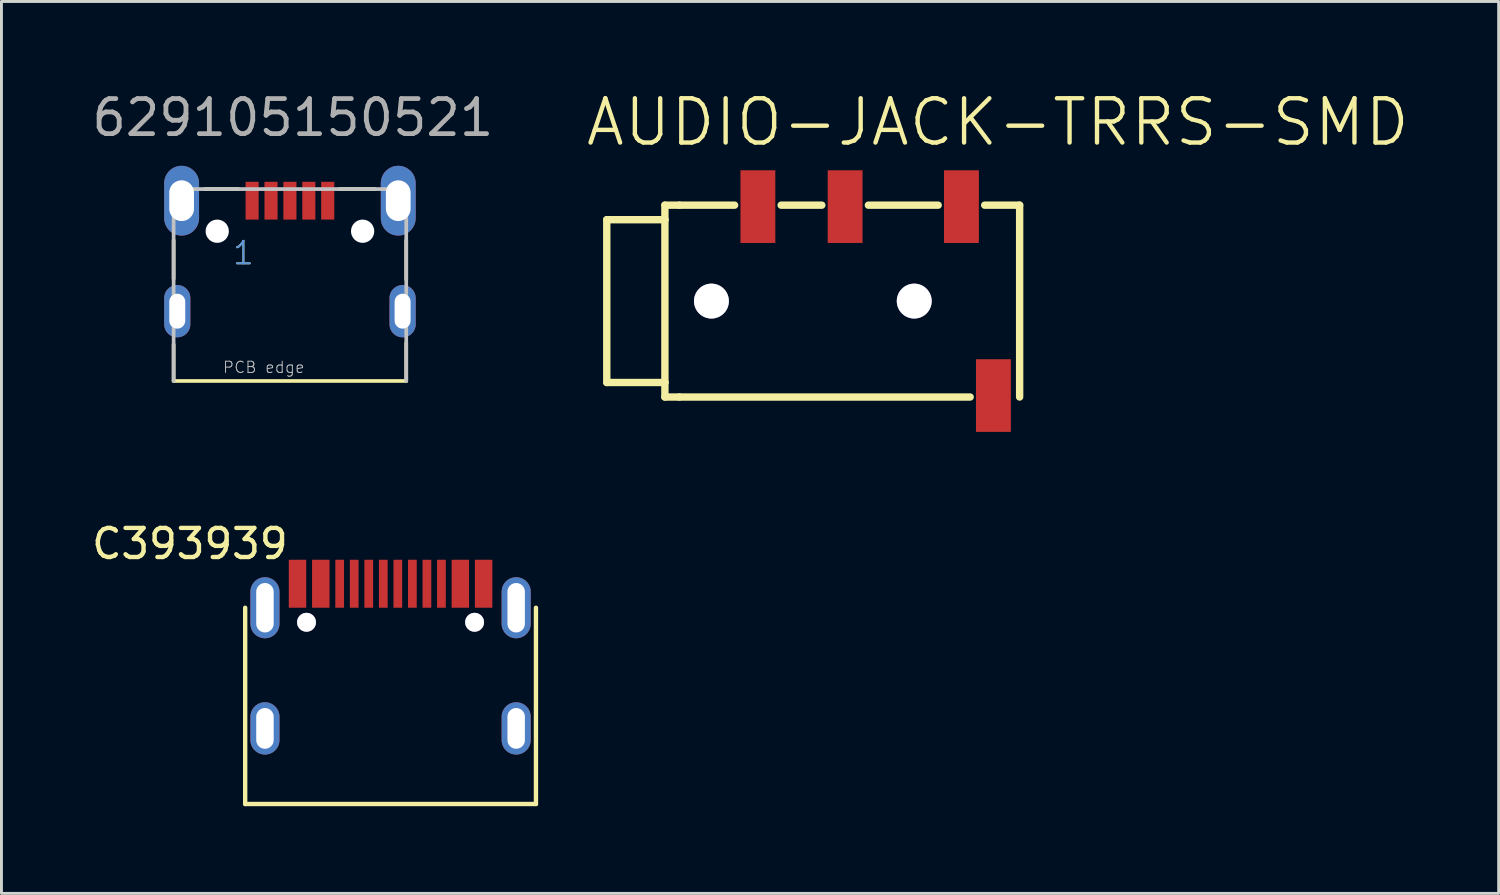
<source format=kicad_pcb>
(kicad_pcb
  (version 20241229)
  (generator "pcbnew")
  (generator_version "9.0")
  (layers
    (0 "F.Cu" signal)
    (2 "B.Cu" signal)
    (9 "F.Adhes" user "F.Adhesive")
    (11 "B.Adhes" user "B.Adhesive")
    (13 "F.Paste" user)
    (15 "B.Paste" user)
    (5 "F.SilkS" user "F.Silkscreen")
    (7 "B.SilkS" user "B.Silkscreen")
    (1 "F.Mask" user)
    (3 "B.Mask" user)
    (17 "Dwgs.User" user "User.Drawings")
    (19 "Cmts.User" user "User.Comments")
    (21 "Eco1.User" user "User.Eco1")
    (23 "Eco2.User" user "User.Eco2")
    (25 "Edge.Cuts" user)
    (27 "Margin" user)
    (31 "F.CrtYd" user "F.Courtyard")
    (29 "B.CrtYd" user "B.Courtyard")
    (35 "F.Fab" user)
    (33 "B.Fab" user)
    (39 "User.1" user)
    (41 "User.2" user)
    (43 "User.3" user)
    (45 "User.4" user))
  (footprint "AUDIO-JACK-TRRS-SMD"
    (layer "F.Cu")
    (at 19.817 7.305)
    (property "Reference" "AUDIO-JACK-TRRS-SMD" (at 11.45 -6.15 0) (layer "F.SilkS") (effects (font (size 1.524 1.524) (thickness 0.15))))
    (attr smd)
    (fp_line (start -1.999 -2.799) (end -1.999 2.799) (stroke (width 0.254) (type solid)) (layer "F.SilkS"))
    (fp_line (start -1.999 2.799) (end 0 2.799) (stroke (width 0.254) (type solid)) (layer "F.SilkS"))
    (fp_line (start 0 -3.299) (end 0 -2.799) (stroke (width 0.254) (type solid)) (layer "F.SilkS"))
    (fp_line (start 0 -2.799) (end -1.999 -2.799) (stroke (width 0.254) (type solid)) (layer "F.SilkS"))
    (fp_line (start 0 -2.799) (end 0 2.799) (stroke (width 0.254) (type solid)) (layer "F.SilkS"))
    (fp_line (start 0 2.799) (end 0 3.299) (stroke (width 0.254) (type solid)) (layer "F.SilkS"))
    (fp_line (start 0 3.299) (end 0.498 3.299) (stroke (width 0.254) (type solid)) (layer "F.SilkS"))
    (fp_line (start 0.498 -3.299) (end 0 -3.299) (stroke (width 0.254) (type solid)) (layer "F.SilkS"))
    (fp_line (start 0.498 -3.299) (end 2.398 -3.299) (stroke (width 0.254) (type solid)) (layer "F.SilkS"))
    (fp_line (start 0.498 3.299) (end 10.498 3.299) (stroke (width 0.254) (type solid)) (layer "F.SilkS"))
    (fp_line (start 3.998 -3.299) (end 5.397 -3.299) (stroke (width 0.254) (type solid)) (layer "F.SilkS"))
    (fp_line (start 6.998 -3.299) (end 9.398 -3.299) (stroke (width 0.254) (type solid)) (layer "F.SilkS"))
    (fp_line (start 12.2 -3.299) (end 10.998 -3.299) (stroke (width 0.254) (type solid)) (layer "F.SilkS"))
    (fp_line (start 12.2 -3.299) (end 12.2 3.299) (stroke (width 0.254) (type solid)) (layer "F.SilkS"))
    (pad "1" thru_hole circle (at 8.575 0) (size 1.2 1.2) (drill 1.2) (layers "*.Cu" "*.Mask"))
    (pad "3" thru_hole circle (at 1.6 0) (size 1.2 1.2) (drill 1.2) (layers "*.Cu" "*.Mask"))
    (pad "EART" smd rect (at 11.298 3.249) (size 1.199 2.499) (layers "F.Cu" "F.Mask" "F.Paste"))
    (pad "RING" smd rect (at 6.198 -3.249) (size 1.199 2.499) (layers "F.Cu" "F.Mask" "F.Paste"))
    (pad "RING2" smd rect (at 3.198 -3.249 180) (size 1.199 2.499) (layers "F.Cu" "F.Mask" "F.Paste"))
    (pad "TIP" smd rect (at 10.198 -3.249) (size 1.199 2.499) (layers "F.Cu" "F.Mask" "F.Paste")))
  (footprint "629105150521"
    (layer "F.Cu")
    (at 6.921 4.902)
    (property "Reference" "629105150521" (at 0.1 -3.2 0) (layer "F.Fab") (effects (font (size 1.206 1.206) (thickness 0.165)) (justify bottom)))
    (attr through_hole)
    (fp_line (start -4 0.31) (end -4 1.64) (stroke (width 0.127) (type solid)) (layer "F.SilkS"))
    (fp_line (start -4 3.9) (end -4 5.15) (stroke (width 0.127) (type solid)) (layer "F.SilkS"))
    (fp_line (start -4 5.15) (end 4 5.15) (stroke (width 0.127) (type solid)) (layer "F.SilkS"))
    (fp_line (start -2.92 -1.45) (end -1.77 -1.45) (stroke (width 0.127) (type solid)) (layer "F.SilkS"))
    (fp_line (start 1.71 -1.45) (end 2.93 -1.45) (stroke (width 0.127) (type solid)) (layer "F.SilkS"))
    (fp_line (start 4 0.32) (end 4 1.65) (stroke (width 0.127) (type solid)) (layer "F.SilkS"))
    (fp_line (start 4 3.85) (end 4 5.15) (stroke (width 0.127) (type solid)) (layer "F.SilkS"))
    (fp_line (start -4 -1.45) (end 4 -1.45) (stroke (width 0.127) (type solid)) (layer "Dwgs.User"))
    (fp_line (start -4 5.15) (end -4 -1.45) (stroke (width 0.127) (type solid)) (layer "Dwgs.User"))
    (fp_line (start 4 5.15) (end 4 -1.45) (stroke (width 0.127) (type solid)) (layer "Dwgs.User"))
    (fp_text user "1" (at -1.6 0.75 0) (layer "F.SilkS") (effects (font (size 0.772 0.772) (thickness 0.065))))
    (fp_text user "PCB edge" (at -0.9 4.68 0) (layer "Dwgs.User") (effects (font (size 0.386 0.386) (thickness 0.033))))
    (fp_text user "1" (at -1.6 0.75 0) (layer "Cmts.User") (effects (font (size 0.772 0.772) (thickness 0.065))))
    (pad "" np_thru_hole circle (at -2.5 0) (size 0.8 0.8) (drill 0.8) (layers "*.Cu"))
    (pad "" np_thru_hole circle (at 2.5 0) (size 0.8 0.8) (drill 0.8) (layers "*.Cu"))
    (pad "1" smd rect (at -1.3 -1.05) (size 0.45 1.3) (layers "F.Cu" "F.Mask" "F.Paste"))
    (pad "2" smd rect (at -0.65 -1.05) (size 0.45 1.3) (layers "F.Cu" "F.Mask" "F.Paste"))
    (pad "3" smd rect (at 0 -1.05) (size 0.45 1.3) (layers "F.Cu" "F.Mask" "F.Paste"))
    (pad "4" smd rect (at 0.65 -1.05) (size 0.45 1.3) (layers "F.Cu" "F.Mask" "F.Paste"))
    (pad "5" smd rect (at 1.3 -1.05) (size 0.45 1.3) (layers "F.Cu" "F.Mask" "F.Paste"))
    (pad "SHEL" thru_hole oval (at -3.875 2.75 90) (size 1.8 0.9) (drill oval 1.2 0.55) (layers "*.Cu" "*.Mask"))
    (pad "SHEL" thru_hole oval (at -3.725 -1.05 90) (size 2.4 1.2) (drill oval 1.4 0.85) (layers "*.Cu" "*.Mask"))
    (pad "SHEL" thru_hole oval (at 3.725 -1.05 90) (size 2.4 1.2) (drill oval 1.4 0.85) (layers "*.Cu" "*.Mask"))
    (pad "SHEL" thru_hole oval (at 3.875 2.75 90) (size 1.8 0.9) (drill oval 1.2 0.55) (layers "*.Cu" "*.Mask")))
  (footprint "C393939"
    (layer "F.Cu")
    (at 10.382 17.851)
    (property "Reference" "C393939" (at -6.9 -2.2 0) (layer "F.SilkS") (effects (font (size 1 1) (thickness 0.15))))
    (attr through_hole)
    (fp_line (start -5 0) (end -5 6.75) (stroke (width 0.15) (type solid)) (layer "F.SilkS"))
    (fp_line (start -5 6.75) (end 5 6.75) (stroke (width 0.15) (type solid)) (layer "F.SilkS"))
    (fp_line (start 5 6.75) (end 5 0) (stroke (width 0.15) (type solid)) (layer "F.SilkS"))
    (pad "" thru_hole circle (at -2.89 0.5) (size 0.65 0.65) (drill 0.65) (layers "*.Cu" "*.Mask"))
    (pad "" thru_hole circle (at 2.89 0.5) (size 0.65 0.65) (drill 0.65) (layers "*.Cu" "*.Mask"))
    (pad "A1" smd rect (at -3.2 -0.825) (size 0.6 1.65) (layers "F.Cu" "F.Mask" "F.Paste"))
    (pad "A1" smd rect (at 3.2 -0.825) (size 0.6 1.65) (layers "F.Cu" "F.Mask" "F.Paste"))
    (pad "A4" smd rect (at -2.4 -0.825) (size 0.6 1.65) (layers "F.Cu" "F.Mask" "F.Paste"))
    (pad "A4" smd rect (at 2.4 -0.825) (size 0.6 1.65) (layers "F.Cu" "F.Mask" "F.Paste"))
    (pad "A5" smd rect (at -1.25 -0.825) (size 0.3 1.65) (layers "F.Cu" "F.Mask" "F.Paste"))
    (pad "A6" smd rect (at -0.25 -0.825) (size 0.3 1.65) (layers "F.Cu" "F.Mask" "F.Paste"))
    (pad "A6" smd rect (at 0.75 -0.825) (size 0.3 1.65) (layers "F.Cu" "F.Mask" "F.Paste"))
    (pad "A7" smd rect (at -0.75 -0.825) (size 0.3 1.65) (layers "F.Cu" "F.Mask" "F.Paste"))
    (pad "A7" smd rect (at 0.25 -0.825) (size 0.3 1.65) (layers "F.Cu" "F.Mask" "F.Paste"))
    (pad "A8" smd rect (at -1.75 -0.825) (size 0.3 1.65) (layers "F.Cu" "F.Mask" "F.Paste"))
    (pad "B5" smd rect (at 1.75 -0.825) (size 0.3 1.65) (layers "F.Cu" "F.Mask" "F.Paste"))
    (pad "B8" smd rect (at 1.25 -0.825) (size 0.3 1.65) (layers "F.Cu" "F.Mask" "F.Paste"))
    (pad "S1" thru_hole oval (at -4.32 0) (size 1 2.1) (drill oval 0.6 1.7) (layers "*.Cu" "*.Mask"))
    (pad "S1" thru_hole oval (at -4.32 4.15) (size 1 1.8) (drill oval 0.6 1.4) (layers "*.Cu" "*.Mask"))
    (pad "S1" thru_hole oval (at 4.32 0) (size 1 2.1) (drill oval 0.6 1.7) (layers "*.Cu" "*.Mask"))
    (pad "S1" thru_hole oval (at 4.32 4.15) (size 1 1.8) (drill oval 0.6 1.4) (layers "*.Cu" "*.Mask")))
  (gr_rect
    (start -3 -3)
    (end 48.491 27.676)
    (stroke (width 0.1) (type default))
    (fill no)
    (layer "Edge.Cuts")))
</source>
